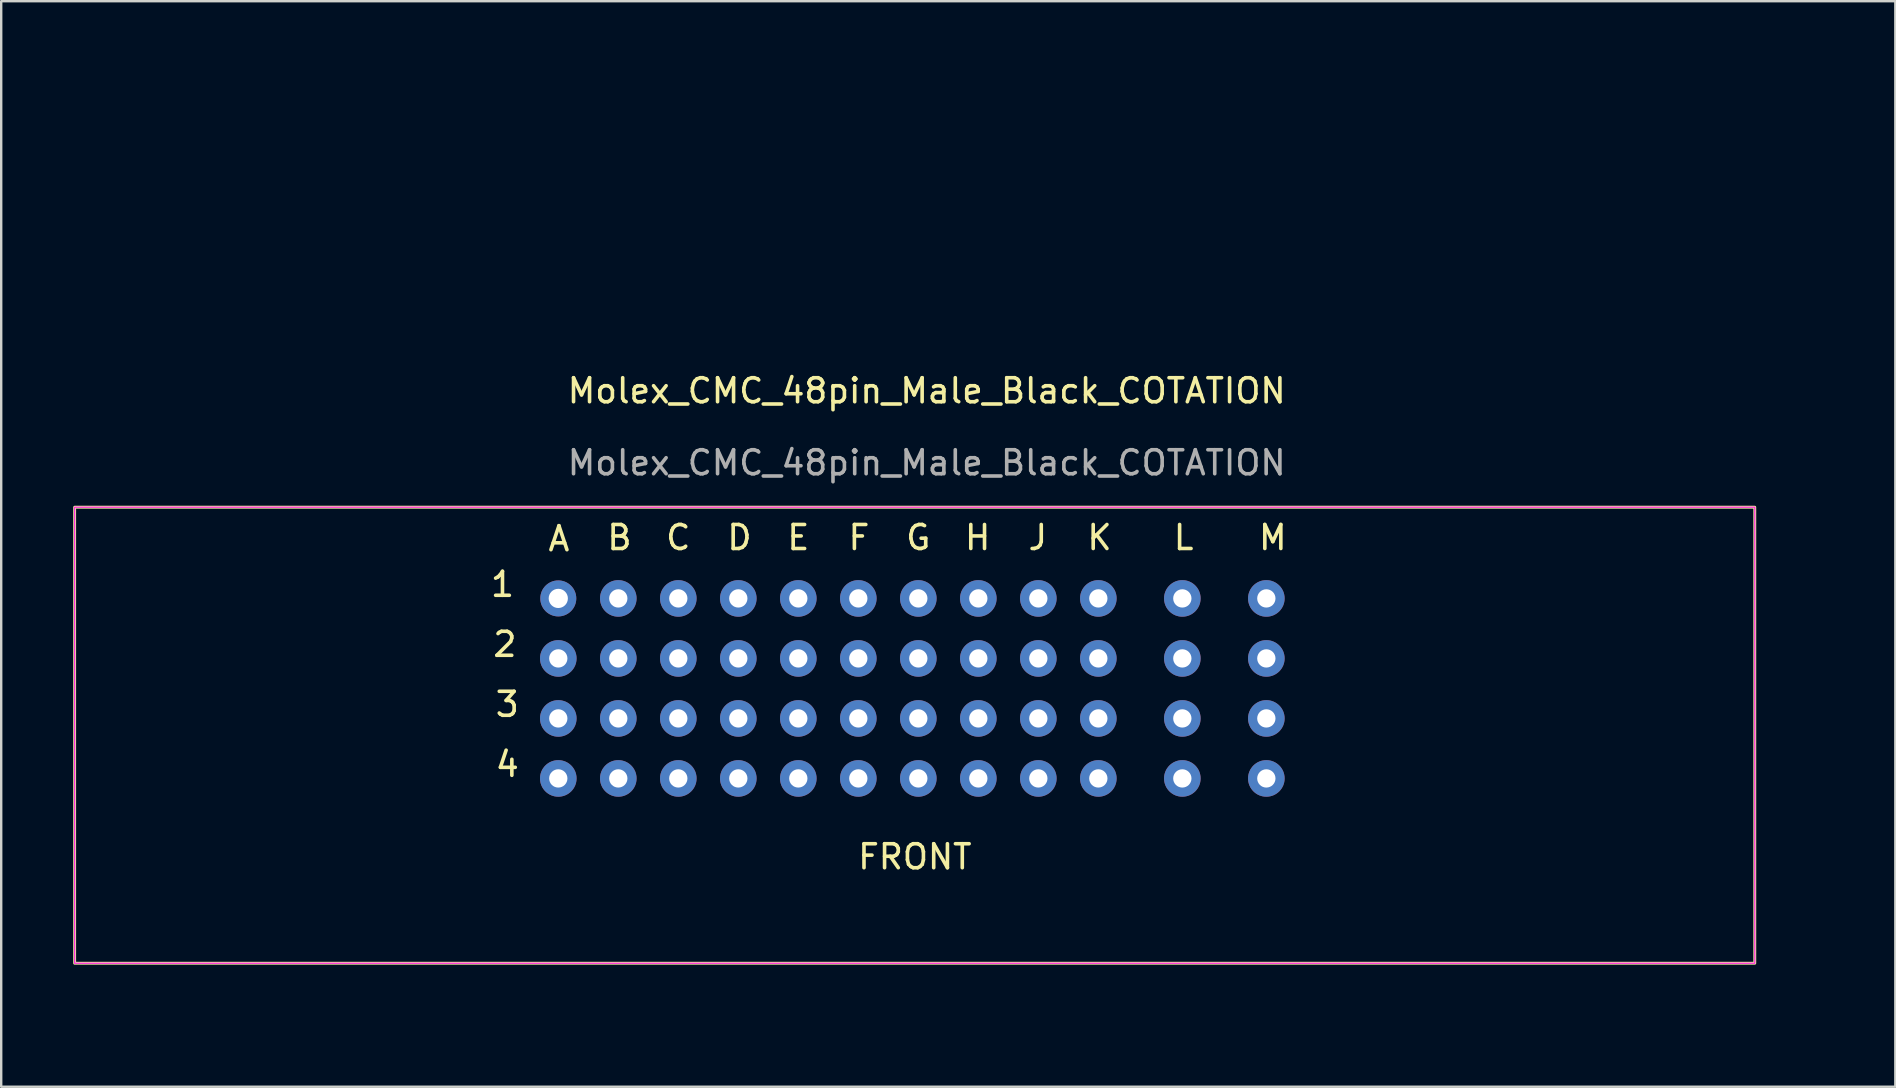
<source format=kicad_pcb>
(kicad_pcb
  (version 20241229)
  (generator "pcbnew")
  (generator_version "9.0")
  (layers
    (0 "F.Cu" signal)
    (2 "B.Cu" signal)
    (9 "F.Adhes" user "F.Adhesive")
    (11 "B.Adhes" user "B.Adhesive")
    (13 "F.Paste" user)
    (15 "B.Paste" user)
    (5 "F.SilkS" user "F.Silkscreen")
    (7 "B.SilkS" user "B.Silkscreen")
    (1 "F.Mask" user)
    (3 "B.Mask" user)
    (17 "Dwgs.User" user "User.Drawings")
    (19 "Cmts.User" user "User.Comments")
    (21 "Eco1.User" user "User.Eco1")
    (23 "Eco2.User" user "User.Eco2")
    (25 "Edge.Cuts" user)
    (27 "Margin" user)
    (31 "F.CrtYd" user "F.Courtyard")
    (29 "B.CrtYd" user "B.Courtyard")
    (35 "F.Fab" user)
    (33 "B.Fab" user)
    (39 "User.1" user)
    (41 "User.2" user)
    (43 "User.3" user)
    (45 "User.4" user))
  (footprint "Molex_CMC_48pin_Male_Black_COTATION"
    (layer "F.Cu")
    (at 20.21 21.882)
    (property "Reference" "Molex_CMC_48pin_Male_Black_COTATION" (at 15.35 -8.65 0) (unlocked yes) (layer "F.SilkS") (effects (font (size 1 1) (thickness 0.15))))
    (attr through_hole)
    (fp_rect (start -20.15 -3.8) (end 49.85 15.2) (stroke (width 0.12) (type default)) (fill no) (layer "F.SilkS"))
    (fp_line (start -20.15 15.2) (end 49.85 15.15) (stroke (width 0.12) (type default)) (layer "Eco1.User"))
    (fp_circle (center -10.55 2.85) (end -12.55 2.85) (stroke (width 0.12) (type default)) (fill no) (layer "Eco1.User"))
    (fp_circle (center -6.45 -1) (end -7.55 -1) (stroke (width 0.12) (type default)) (fill no) (layer "Eco1.User"))
    (fp_circle (center 36.15 -1) (end 37.25 -1) (stroke (width 0.12) (type default)) (fill no) (layer "Eco1.User"))
    (fp_circle (center 40.25 2.85) (end 42.25 2.85) (stroke (width 0.12) (type default)) (fill no) (layer "Eco1.User"))
    (fp_rect (start -20.15 -3.8) (end 49.85 15.2) (stroke (width 0.05) (type default)) (fill no) (layer "F.CrtYd"))
    (fp_text user "B" (at 1.95 -1.95 0) (unlocked yes) (layer "F.SilkS") (effects (font (size 1 1) (thickness 0.15)) (justify left bottom)))
    (fp_text user "K" (at 21.95 -1.95 0) (unlocked yes) (layer "F.SilkS") (effects (font (size 1 1) (thickness 0.15)) (justify left bottom)))
    (fp_text user "E" (at 9.45 -1.95 0) (unlocked yes) (layer "F.SilkS") (effects (font (size 1 1) (thickness 0.15)) (justify left bottom)))
    (fp_text user "3" (at -2.7 5 0) (unlocked yes) (layer "F.SilkS") (effects (font (size 1 1) (thickness 0.15)) (justify left bottom)))
    (fp_text user "J" (at 19.5 -1.95 0) (unlocked yes) (layer "F.SilkS") (effects (font (size 1 1) (thickness 0.15)) (justify left bottom)))
    (fp_text user "2" (at -2.8 2.5 0) (unlocked yes) (layer "F.SilkS") (effects (font (size 1 1) (thickness 0.15)) (justify left bottom)))
    (fp_text user "L" (at 25.55 -1.95 0) (unlocked yes) (layer "F.SilkS") (effects (font (size 1 1) (thickness 0.15)) (justify left bottom)))
    (fp_text user "G" (at 14.4 -1.95 0) (unlocked yes) (layer "F.SilkS") (effects (font (size 1 1) (thickness 0.15)) (justify left bottom)))
    (fp_text user "M" (at 29.1 -1.95 0) (unlocked yes) (layer "F.SilkS") (effects (font (size 1 1) (thickness 0.15)) (justify left bottom)))
    (fp_text user "C" (at 4.4 -1.95 0) (unlocked yes) (layer "F.SilkS") (effects (font (size 1 1) (thickness 0.15)) (justify left bottom)))
    (fp_text user "A" (at -0.5 -1.9 0) (unlocked yes) (layer "F.SilkS") (effects (font (size 1 1) (thickness 0.15)) (justify left bottom)))
    (fp_text user "H" (at 16.85 -1.95 0) (unlocked yes) (layer "F.SilkS") (effects (font (size 1 1) (thickness 0.15)) (justify left bottom)))
    (fp_text user "D" (at 6.95 -1.95 0) (unlocked yes) (layer "F.SilkS") (effects (font (size 1 1) (thickness 0.15)) (justify left bottom)))
    (fp_text user "4" (at -2.7 7.5 0) (unlocked yes) (layer "F.SilkS") (effects (font (size 1 1) (thickness 0.15)) (justify left bottom)))
    (fp_text user "F" (at 12 -1.95 0) (unlocked yes) (layer "F.SilkS") (effects (font (size 1 1) (thickness 0.15)) (justify left bottom)))
    (fp_text user "FRONT" (at 12.4 11.35 0) (unlocked yes) (layer "F.SilkS") (effects (font (size 1 1) (thickness 0.15)) (justify left bottom)))
    (fp_text user "1" (at -2.9 0 0) (unlocked yes) (layer "F.SilkS") (effects (font (size 1 1) (thickness 0.15)) (justify left bottom)))
    (fp_text user "Draw Edge.Cuts over User.Eco1" (at -20.15 17 0) (unlocked yes) (layer "Eco1.User") (effects (font (size 1 1) (thickness 0.15)) (justify left bottom)))
    (fp_text user "${REFERENCE}" (at 15.35 -5.65 0) (unlocked yes) (layer "F.Fab") (effects (font (size 1 1) (thickness 0.15))))
    (dimension (type aligned) (layer "Eco2.User") (pts (xy 49.91 21.882) (xy 56.36 21.882)) (height -6) (format (prefix "") (suffix "") (units 3) (units_format 1) (precision 1)) (style (thickness 0.12) (arrow_length 1.27) (text_position_mode 0) (arrow_direction outward) (extension_height 0.586) (extension_offset 0.5) (keep_text_aligned yes)) (gr_text "6.5 mm" (at 53.135 14.732 0) (layer "Eco2.User") (effects (font (size 1 1) (thickness 0.15)))))
    (dimension (type aligned) (layer "Eco2.User") (pts (xy 56.36 20.882) (xy 56.36 24.732)) (height -11.55) (format (prefix "") (suffix "") (units 3) (units_format 1) (precision 2)) (style (thickness 0.12) (arrow_length 1.27) (text_position_mode 2) (arrow_direction outward) (extension_height 0.586) (extension_offset 0.5) (keep_text_aligned yes)) (gr_text "3.85 mm" (at 69.41 22.807 90) (layer "Eco2.User") (effects (font (size 1 1) (thickness 0.15)))))
    (dimension (type aligned) (layer "Eco2.User") (pts (xy 9.66 24.732) (xy 60.46 24.732)) (height 13.85) (format (prefix "") (suffix "") (units 3) (units_format 1) (precision 1)) (style (thickness 0.12) (arrow_length 1.27) (text_position_mode 0) (arrow_direction outward) (extension_height 0.586) (extension_offset 0.5) (keep_text_aligned yes)) (gr_text "50.8 mm" (at 35.06 37.432 0) (layer "Eco2.User") (effects (font (size 1 1) (thickness 0.15)))))
    (dimension (type aligned) (layer "Eco2.User") (pts (xy 20.21 21.882) (xy 35.06 21.882)) (height -19.883) (format (prefix "") (suffix "") (units 3) (units_format 1) (precision 2)) (style (thickness 0.12) (arrow_length 1.27) (text_position_mode 0) (arrow_direction outward) (extension_height 0.586) (extension_offset 0.5) (keep_text_aligned yes)) (gr_text "14.85 mm" (at 27.635 0.848 0) (layer "Eco2.User") (effects (font (size 1 1) (thickness 0.15)))))
    (dimension (type aligned) (layer "Eco2.User") (pts (xy 42.71 21.882) (xy 46.21 21.882)) (height -7.5) (format (prefix "") (suffix "") (units 3) (units_format 1) (precision 1)) (style (thickness 0.2) (arrow_length 1.27) (text_position_mode 0) (arrow_direction outward) (extension_height 0.586) (extension_offset 0.5) (keep_text_aligned yes)) (gr_text "3.5 mm" (at 44.46 13.232 0) (layer "Eco2.User") (effects (font (size 1 1) (thickness 0.15)))))
    (dimension (type aligned) (layer "Eco2.User") (pts (xy 22.71 21.882) (xy 25.21 21.882)) (height -5.016) (format (prefix "") (suffix "") (units 3) (units_format 1) (precision 2)) (style (thickness 0.2) (arrow_length 1.27) (text_position_mode 0) (arrow_direction outward) (extension_height 0.586) (extension_offset 0.5) (keep_text_aligned yes)) (gr_text "2.50 mm" (at 23.96 15.716 0) (layer "Eco2.User") (effects (font (size 1 1) (thickness 0.15)))))
    (dimension (type aligned) (layer "Eco2.User") (pts (xy 49.91 21.882) (xy 49.91 20.882)) (height 9.6) (format (prefix "") (suffix "") (units 3) (units_format 1) (precision 1)) (style (thickness 0.12) (arrow_length 1.27) (text_position_mode 2) (arrow_direction outward) (extension_height 0.586) (extension_offset 0.5) (keep_text_aligned yes)) (gr_text "1.0 mm" (at 59.51 17.432 90) (layer "Eco2.User") (effects (font (size 1 1) (thickness 0.15)))))
    (dimension (type aligned) (layer "Eco2.User") (pts (xy 46.21 21.882) (xy 49.91 21.882)) (height -10.004) (format (prefix "") (suffix "") (units 3) (units_format 1) (precision 1)) (style (thickness 0.2) (arrow_length 1.27) (text_position_mode 0) (arrow_direction outward) (extension_height 0.586) (extension_offset 0.5) (keep_text_aligned yes)) (gr_text "3.7 mm" (at 48.06 10.727 0) (layer "Eco2.User") (effects (font (size 1 1) (thickness 0.15)))))
    (dimension (type aligned) (layer "Eco2.User") (pts (xy 56.36 20.882) (xy 13.76 20.882)) (height -15.2) (format (prefix "") (suffix "") (units 3) (units_format 1) (precision 2)) (style (thickness 0.12) (arrow_length 1.27) (text_position_mode 0) (arrow_direction outward) (extension_height 0.586) (extension_offset 0.5) (keep_text_aligned yes)) (gr_text "42.60 mm" (at 35.06 34.932 0) (layer "Eco2.User") (effects (font (size 1 1) (thickness 0.15)))))
    (dimension (type aligned) (layer "Eco2.User") (pts (xy 30.21 21.882) (xy 32.71 21.882)) (height -7.503) (format (prefix "") (suffix "") (units 3) (units_format 1) (precision 2)) (style (thickness 0.2) (arrow_length 1.27) (text_position_mode 0) (arrow_direction outward) (extension_height 0.586) (extension_offset 0.5) (keep_text_aligned yes)) (gr_text "2.50 mm" (at 31.46 13.229 0) (layer "Eco2.User") (effects (font (size 1 1) (thickness 0.15)))))
    (dimension (type aligned) (layer "Eco2.User") (pts (xy 56.36 20.882) (xy 60.46 20.882)) (height 9.007) (format (prefix "") (suffix "") (units 3) (units_format 1) (precision 1)) (style (thickness 0.12) (arrow_length 1.27) (text_position_mode 2) (arrow_direction outward) (extension_height 0.586) (extension_offset 0.5) (keep_text_aligned yes)) (gr_text "4.1 mm" (at 58.41 31.382 0) (layer "Eco2.User") (effects (font (size 1 1) (thickness 0.15)))))
    (dimension (type aligned) (layer "Eco2.User") (pts (xy 27.71 21.882) (xy 30.21 21.882)) (height -12.5) (format (prefix "") (suffix "") (units 3) (units_format 1) (precision 2)) (style (thickness 0.2) (arrow_length 1.27) (text_position_mode 0) (arrow_direction outward) (extension_height 0.586) (extension_offset 0.5) (keep_text_aligned yes)) (gr_text "2.50 mm" (at 28.96 8.231 0) (layer "Eco2.User") (effects (font (size 1 1) (thickness 0.15)))))
    (dimension (type aligned) (layer "Eco2.User") (pts (xy 49.91 21.882) (xy 20.21 21.882)) (height 16.75) (format (prefix "") (suffix "") (units 3) (units_format 1) (precision 2)) (style (thickness 0.12) (arrow_length 1.27) (text_position_mode 2) (arrow_direction outward) (extension_height 0.586) (extension_offset 0.5) (keep_text_aligned yes)) (gr_text "29.70 mm" (at 35.36 4.032 0) (layer "Eco2.User") (effects (font (size 1 1) (thickness 0.15)))))
    (dimension (type aligned) (layer "Eco2.User") (pts (xy 20.21 21.882) (xy 22.71 21.882)) (height -10) (format (prefix "") (suffix "") (units 3) (units_format 1) (precision 2)) (style (thickness 0.2) (arrow_length 1.27) (text_position_mode 0) (arrow_direction outward) (extension_height 0.586) (extension_offset 0.5) (keep_text_aligned yes)) (gr_text "2.50 mm" (at 21.46 10.731 0) (layer "Eco2.User") (effects (font (size 1 1) (thickness 0.15)))))
    (dimension (type aligned) (layer "Eco2.User") (pts (xy 19.06 29.432) (xy 19.06 37.082)) (height 12.8) (format (prefix "") (suffix "") (units 3) (units_format 1) (precision 4)) (style (thickness 0.05) (arrow_length 1.27) (text_position_mode 0) (arrow_direction outward) (extension_height 0.586) (extension_offset 0.5) (keep_text_aligned yes)) (gr_text "7.6500 mm" (at 5.11 33.257 90) (layer "Eco2.User") (effects (font (size 1 1) (thickness 0.15)))))
    (pad "1" thru_hole circle (at 0 0) (size 1.5 1.5) (drill 0.8) (layers "*.Cu" "*.Mask"))
    (pad "2" thru_hole circle (at 2.5 0) (size 1.524 1.524) (drill 0.762) (layers "*.Cu" "*.Mask"))
    (pad "3" thru_hole circle (at 5 0) (size 1.524 1.524) (drill 0.762) (layers "*.Cu" "*.Mask"))
    (pad "4" thru_hole circle (at 7.5 0) (size 1.524 1.524) (drill 0.762) (layers "*.Cu" "*.Mask"))
    (pad "5" thru_hole circle (at 10 0) (size 1.524 1.524) (drill 0.762) (layers "*.Cu" "*.Mask"))
    (pad "6" thru_hole circle (at 12.5 0) (size 1.524 1.524) (drill 0.762) (layers "*.Cu" "*.Mask"))
    (pad "7" thru_hole circle (at 15 0) (size 1.524 1.524) (drill 0.762) (layers "*.Cu" "*.Mask"))
    (pad "8" thru_hole circle (at 17.5 0) (size 1.524 1.524) (drill 0.762) (layers "*.Cu" "*.Mask"))
    (pad "9" thru_hole circle (at 20 0) (size 1.524 1.524) (drill 0.762) (layers "*.Cu" "*.Mask"))
    (pad "10" thru_hole circle (at 22.5 0) (size 1.524 1.524) (drill 0.762) (layers "*.Cu" "*.Mask"))
    (pad "11" thru_hole circle (at 0 2.5) (size 1.524 1.524) (drill 0.762) (layers "*.Cu" "*.Mask"))
    (pad "12" thru_hole circle (at 2.5 2.5) (size 1.524 1.524) (drill 0.762) (layers "*.Cu" "*.Mask"))
    (pad "13" thru_hole circle (at 5 2.5) (size 1.524 1.524) (drill 0.762) (layers "*.Cu" "*.Mask"))
    (pad "14" thru_hole circle (at 7.5 2.5) (size 1.524 1.524) (drill 0.762) (layers "*.Cu" "*.Mask"))
    (pad "15" thru_hole circle (at 10 2.5) (size 1.524 1.524) (drill 0.762) (layers "*.Cu" "*.Mask"))
    (pad "16" thru_hole circle (at 12.5 2.5) (size 1.524 1.524) (drill 0.762) (layers "*.Cu" "*.Mask"))
    (pad "17" thru_hole circle (at 15 2.5) (size 1.524 1.524) (drill 0.762) (layers "*.Cu" "*.Mask"))
    (pad "18" thru_hole circle (at 17.5 2.5) (size 1.524 1.524) (drill 0.762) (layers "*.Cu" "*.Mask"))
    (pad "19" thru_hole circle (at 20 2.5) (size 1.524 1.524) (drill 0.762) (layers "*.Cu" "*.Mask"))
    (pad "20" thru_hole circle (at 22.5 2.5) (size 1.524 1.524) (drill 0.762) (layers "*.Cu" "*.Mask"))
    (pad "21" thru_hole circle (at 0 5) (size 1.524 1.524) (drill 0.762) (layers "*.Cu" "*.Mask"))
    (pad "22" thru_hole circle (at 2.5 5) (size 1.524 1.524) (drill 0.762) (layers "*.Cu" "*.Mask"))
    (pad "23" thru_hole circle (at 5 5) (size 1.524 1.524) (drill 0.762) (layers "*.Cu" "*.Mask"))
    (pad "24" thru_hole circle (at 7.5 5) (size 1.524 1.524) (drill 0.762) (layers "*.Cu" "*.Mask"))
    (pad "25" thru_hole circle (at 10 5) (size 1.524 1.524) (drill 0.762) (layers "*.Cu" "*.Mask"))
    (pad "26" thru_hole circle (at 12.5 5) (size 1.524 1.524) (drill 0.762) (layers "*.Cu" "*.Mask"))
    (pad "27" thru_hole circle (at 15 5) (size 1.524 1.524) (drill 0.762) (layers "*.Cu" "*.Mask"))
    (pad "28" thru_hole circle (at 17.5 5) (size 1.524 1.524) (drill 0.762) (layers "*.Cu" "*.Mask"))
    (pad "29" thru_hole circle (at 20 5) (size 1.524 1.524) (drill 0.762) (layers "*.Cu" "*.Mask"))
    (pad "30" thru_hole circle (at 22.5 5) (size 1.524 1.524) (drill 0.762) (layers "*.Cu" "*.Mask"))
    (pad "31" thru_hole circle (at 0 7.5) (size 1.524 1.524) (drill 0.762) (layers "*.Cu" "*.Mask"))
    (pad "32" thru_hole circle (at 2.5 7.5) (size 1.524 1.524) (drill 0.762) (layers "*.Cu" "*.Mask"))
    (pad "33" thru_hole circle (at 5 7.5) (size 1.524 1.524) (drill 0.762) (layers "*.Cu" "*.Mask"))
    (pad "34" thru_hole circle (at 7.5 7.5) (size 1.524 1.524) (drill 0.762) (layers "*.Cu" "*.Mask"))
    (pad "35" thru_hole circle (at 10 7.5) (size 1.524 1.524) (drill 0.762) (layers "*.Cu" "*.Mask"))
    (pad "36" thru_hole circle (at 12.5 7.5) (size 1.524 1.524) (drill 0.762) (layers "*.Cu" "*.Mask"))
    (pad "37" thru_hole circle (at 15 7.5) (size 1.524 1.524) (drill 0.762) (layers "*.Cu" "*.Mask"))
    (pad "38" thru_hole circle (at 17.5 7.5) (size 1.524 1.524) (drill 0.762) (layers "*.Cu" "*.Mask"))
    (pad "39" thru_hole circle (at 20 7.5) (size 1.524 1.524) (drill 0.762) (layers "*.Cu" "*.Mask"))
    (pad "40" thru_hole circle (at 22.5 7.5) (size 1.524 1.524) (drill 0.762) (layers "*.Cu" "*.Mask"))
    (pad "41" thru_hole circle (at 26 0) (size 1.524 1.524) (drill 0.762) (layers "*.Cu" "*.Mask"))
    (pad "42" thru_hole circle (at 29.5 0) (size 1.524 1.524) (drill 0.762) (layers "*.Cu" "*.Mask"))
    (pad "43" thru_hole circle (at 26 2.5) (size 1.524 1.524) (drill 0.762) (layers "*.Cu" "*.Mask"))
    (pad "44" thru_hole circle (at 29.5 2.5) (size 1.524 1.524) (drill 0.762) (layers "*.Cu" "*.Mask"))
    (pad "45" thru_hole circle (at 26 5) (size 1.524 1.524) (drill 0.762) (layers "*.Cu" "*.Mask"))
    (pad "46" thru_hole circle (at 29.5 5) (size 1.524 1.524) (drill 0.762) (layers "*.Cu" "*.Mask"))
    (pad "47" thru_hole circle (at 26 7.5) (size 1.524 1.524) (drill 0.762) (layers "*.Cu" "*.Mask"))
    (pad "48" thru_hole circle (at 29.5 7.5) (size 1.524 1.524) (drill 0.762) (layers "*.Cu" "*.Mask")))
  (gr_rect
    (start -3 -3)
    (end 75.916 42.228)
    (stroke (width 0.1) (type default))
    (fill no)
    (layer "Edge.Cuts")))
</source>
